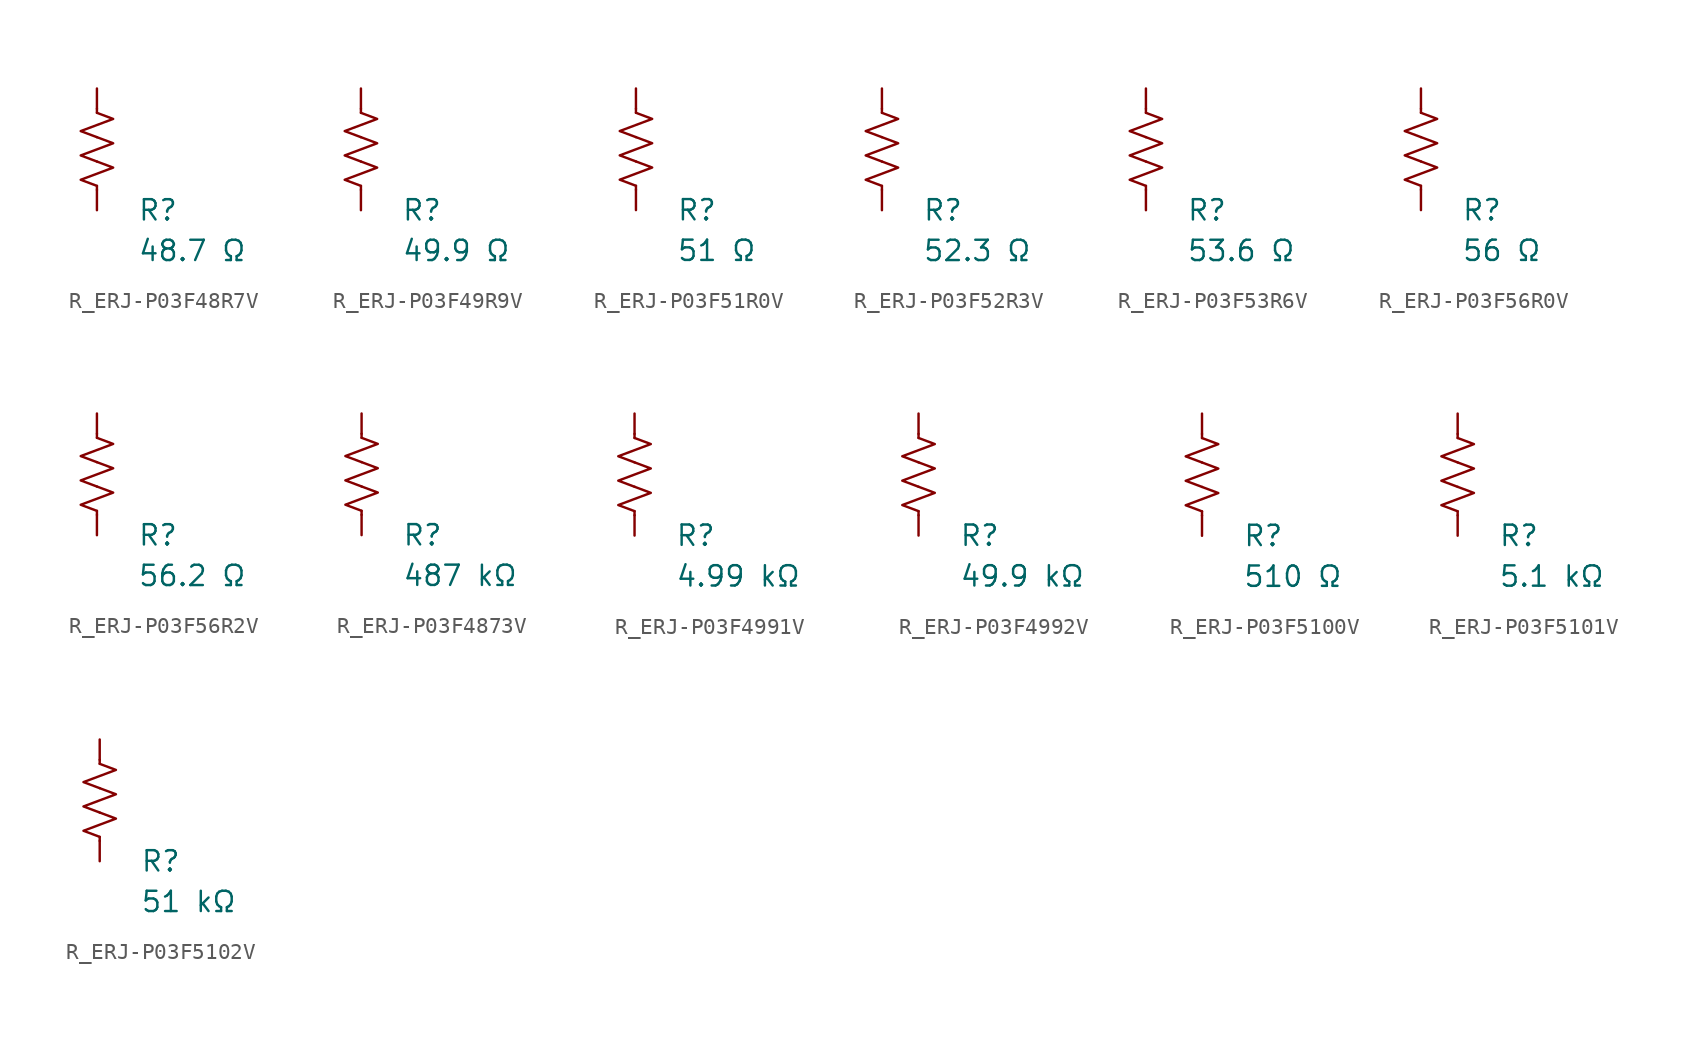
<source format=kicad_sym>
(kicad_symbol_lib
  (version 20231120)
  (generator "kicad_symbol_editor")
  (generator_version "8.0")
  (symbol "R_ERJ-P03F48R7V"
    (pin_numbers hide)
    (pin_names
      (offset 0))
    (property "Reference" "R"
      (at 2.54 -3.81 0)
      (effects (font (size 1.27 1.27)) (justify left))
      (show_name no))
    (property "Value" "48.7 Ω"
      (at 2.54 -6.35 0)
      (effects (font (size 1.27 1.27)) (justify left))
      (show_name no))
    (symbol "R_ERJ-P03F48R7V_0_1"
      (polyline (pts (xy 0 -2.286) (xy 0 -2.54)) (stroke (width 0) (type default)) (fill (type none)))
      (polyline (pts (xy 0 2.286) (xy 0 2.54)) (stroke (width 0) (type default)) (fill (type none)))
      (polyline (pts (xy 0 -0.762) (xy 1.016 -1.143) (xy 0 -1.524) (xy -1.016 -1.905) (xy 0 -2.286)) (stroke (width 0) (type default)) (fill (type none)))
      (polyline (pts (xy 0 0.762) (xy 1.016 0.381) (xy 0 0) (xy -1.016 -0.381) (xy 0 -0.762)) (stroke (width 0) (type default)) (fill (type none)))
      (polyline (pts (xy 0 2.286) (xy 1.016 1.905) (xy 0 1.524) (xy -1.016 1.143) (xy 0 0.762)) (stroke (width 0) (type default)) (fill (type none))))
    (symbol "R_ERJ-P03F48R7V_1_1"
      (pin passive line (at 0 3.81 270) (length 1.27) (name "~" (effects (font (size 1.27 1.27)))) (number "1" (effects (font (size 1.27 1.27)))))
      (pin passive line (at 0 -3.81 90) (length 1.27) (name "~" (effects (font (size 1.27 1.27)))) (number "2" (effects (font (size 1.27 1.27)))))))
  (symbol "R_ERJ-P03F49R9V"
    (pin_numbers hide)
    (pin_names
      (offset 0))
    (property "Reference" "R"
      (at 2.54 -3.81 0)
      (effects (font (size 1.27 1.27)) (justify left))
      (show_name no))
    (property "Value" "49.9 Ω"
      (at 2.54 -6.35 0)
      (effects (font (size 1.27 1.27)) (justify left))
      (show_name no))
    (symbol "R_ERJ-P03F49R9V_0_1"
      (polyline (pts (xy 0 -2.286) (xy 0 -2.54)) (stroke (width 0) (type default)) (fill (type none)))
      (polyline (pts (xy 0 2.286) (xy 0 2.54)) (stroke (width 0) (type default)) (fill (type none)))
      (polyline (pts (xy 0 -0.762) (xy 1.016 -1.143) (xy 0 -1.524) (xy -1.016 -1.905) (xy 0 -2.286)) (stroke (width 0) (type default)) (fill (type none)))
      (polyline (pts (xy 0 0.762) (xy 1.016 0.381) (xy 0 0) (xy -1.016 -0.381) (xy 0 -0.762)) (stroke (width 0) (type default)) (fill (type none)))
      (polyline (pts (xy 0 2.286) (xy 1.016 1.905) (xy 0 1.524) (xy -1.016 1.143) (xy 0 0.762)) (stroke (width 0) (type default)) (fill (type none))))
    (symbol "R_ERJ-P03F49R9V_1_1"
      (pin passive line (at 0 3.81 270) (length 1.27) (name "~" (effects (font (size 1.27 1.27)))) (number "1" (effects (font (size 1.27 1.27)))))
      (pin passive line (at 0 -3.81 90) (length 1.27) (name "~" (effects (font (size 1.27 1.27)))) (number "2" (effects (font (size 1.27 1.27)))))))
  (symbol "R_ERJ-P03F51R0V"
    (pin_numbers hide)
    (pin_names
      (offset 0))
    (property "Reference" "R"
      (at 2.54 -3.81 0)
      (effects (font (size 1.27 1.27)) (justify left))
      (show_name no))
    (property "Value" "51 Ω"
      (at 2.54 -6.35 0)
      (effects (font (size 1.27 1.27)) (justify left))
      (show_name no))
    (symbol "R_ERJ-P03F51R0V_0_1"
      (polyline (pts (xy 0 -2.286) (xy 0 -2.54)) (stroke (width 0) (type default)) (fill (type none)))
      (polyline (pts (xy 0 2.286) (xy 0 2.54)) (stroke (width 0) (type default)) (fill (type none)))
      (polyline (pts (xy 0 -0.762) (xy 1.016 -1.143) (xy 0 -1.524) (xy -1.016 -1.905) (xy 0 -2.286)) (stroke (width 0) (type default)) (fill (type none)))
      (polyline (pts (xy 0 0.762) (xy 1.016 0.381) (xy 0 0) (xy -1.016 -0.381) (xy 0 -0.762)) (stroke (width 0) (type default)) (fill (type none)))
      (polyline (pts (xy 0 2.286) (xy 1.016 1.905) (xy 0 1.524) (xy -1.016 1.143) (xy 0 0.762)) (stroke (width 0) (type default)) (fill (type none))))
    (symbol "R_ERJ-P03F51R0V_1_1"
      (pin passive line (at 0 3.81 270) (length 1.27) (name "~" (effects (font (size 1.27 1.27)))) (number "1" (effects (font (size 1.27 1.27)))))
      (pin passive line (at 0 -3.81 90) (length 1.27) (name "~" (effects (font (size 1.27 1.27)))) (number "2" (effects (font (size 1.27 1.27)))))))
  (symbol "R_ERJ-P03F52R3V"
    (pin_numbers hide)
    (pin_names
      (offset 0))
    (property "Reference" "R"
      (at 2.54 -3.81 0)
      (effects (font (size 1.27 1.27)) (justify left))
      (show_name no))
    (property "Value" "52.3 Ω"
      (at 2.54 -6.35 0)
      (effects (font (size 1.27 1.27)) (justify left))
      (show_name no))
    (symbol "R_ERJ-P03F52R3V_0_1"
      (polyline (pts (xy 0 -2.286) (xy 0 -2.54)) (stroke (width 0) (type default)) (fill (type none)))
      (polyline (pts (xy 0 2.286) (xy 0 2.54)) (stroke (width 0) (type default)) (fill (type none)))
      (polyline (pts (xy 0 -0.762) (xy 1.016 -1.143) (xy 0 -1.524) (xy -1.016 -1.905) (xy 0 -2.286)) (stroke (width 0) (type default)) (fill (type none)))
      (polyline (pts (xy 0 0.762) (xy 1.016 0.381) (xy 0 0) (xy -1.016 -0.381) (xy 0 -0.762)) (stroke (width 0) (type default)) (fill (type none)))
      (polyline (pts (xy 0 2.286) (xy 1.016 1.905) (xy 0 1.524) (xy -1.016 1.143) (xy 0 0.762)) (stroke (width 0) (type default)) (fill (type none))))
    (symbol "R_ERJ-P03F52R3V_1_1"
      (pin passive line (at 0 3.81 270) (length 1.27) (name "~" (effects (font (size 1.27 1.27)))) (number "1" (effects (font (size 1.27 1.27)))))
      (pin passive line (at 0 -3.81 90) (length 1.27) (name "~" (effects (font (size 1.27 1.27)))) (number "2" (effects (font (size 1.27 1.27)))))))
  (symbol "R_ERJ-P03F53R6V"
    (pin_numbers hide)
    (pin_names
      (offset 0))
    (property "Reference" "R"
      (at 2.54 -3.81 0)
      (effects (font (size 1.27 1.27)) (justify left))
      (show_name no))
    (property "Value" "53.6 Ω"
      (at 2.54 -6.35 0)
      (effects (font (size 1.27 1.27)) (justify left))
      (show_name no))
    (symbol "R_ERJ-P03F53R6V_0_1"
      (polyline (pts (xy 0 -2.286) (xy 0 -2.54)) (stroke (width 0) (type default)) (fill (type none)))
      (polyline (pts (xy 0 2.286) (xy 0 2.54)) (stroke (width 0) (type default)) (fill (type none)))
      (polyline (pts (xy 0 -0.762) (xy 1.016 -1.143) (xy 0 -1.524) (xy -1.016 -1.905) (xy 0 -2.286)) (stroke (width 0) (type default)) (fill (type none)))
      (polyline (pts (xy 0 0.762) (xy 1.016 0.381) (xy 0 0) (xy -1.016 -0.381) (xy 0 -0.762)) (stroke (width 0) (type default)) (fill (type none)))
      (polyline (pts (xy 0 2.286) (xy 1.016 1.905) (xy 0 1.524) (xy -1.016 1.143) (xy 0 0.762)) (stroke (width 0) (type default)) (fill (type none))))
    (symbol "R_ERJ-P03F53R6V_1_1"
      (pin passive line (at 0 3.81 270) (length 1.27) (name "~" (effects (font (size 1.27 1.27)))) (number "1" (effects (font (size 1.27 1.27)))))
      (pin passive line (at 0 -3.81 90) (length 1.27) (name "~" (effects (font (size 1.27 1.27)))) (number "2" (effects (font (size 1.27 1.27)))))))
  (symbol "R_ERJ-P03F56R0V"
    (pin_numbers hide)
    (pin_names
      (offset 0))
    (property "Reference" "R"
      (at 2.54 -3.81 0)
      (effects (font (size 1.27 1.27)) (justify left))
      (show_name no))
    (property "Value" "56 Ω"
      (at 2.54 -6.35 0)
      (effects (font (size 1.27 1.27)) (justify left))
      (show_name no))
    (symbol "R_ERJ-P03F56R0V_0_1"
      (polyline (pts (xy 0 -2.286) (xy 0 -2.54)) (stroke (width 0) (type default)) (fill (type none)))
      (polyline (pts (xy 0 2.286) (xy 0 2.54)) (stroke (width 0) (type default)) (fill (type none)))
      (polyline (pts (xy 0 -0.762) (xy 1.016 -1.143) (xy 0 -1.524) (xy -1.016 -1.905) (xy 0 -2.286)) (stroke (width 0) (type default)) (fill (type none)))
      (polyline (pts (xy 0 0.762) (xy 1.016 0.381) (xy 0 0) (xy -1.016 -0.381) (xy 0 -0.762)) (stroke (width 0) (type default)) (fill (type none)))
      (polyline (pts (xy 0 2.286) (xy 1.016 1.905) (xy 0 1.524) (xy -1.016 1.143) (xy 0 0.762)) (stroke (width 0) (type default)) (fill (type none))))
    (symbol "R_ERJ-P03F56R0V_1_1"
      (pin passive line (at 0 3.81 270) (length 1.27) (name "~" (effects (font (size 1.27 1.27)))) (number "1" (effects (font (size 1.27 1.27)))))
      (pin passive line (at 0 -3.81 90) (length 1.27) (name "~" (effects (font (size 1.27 1.27)))) (number "2" (effects (font (size 1.27 1.27)))))))
  (symbol "R_ERJ-P03F56R2V"
    (pin_numbers hide)
    (pin_names
      (offset 0))
    (property "Reference" "R"
      (at 2.54 -3.81 0)
      (effects (font (size 1.27 1.27)) (justify left))
      (show_name no))
    (property "Value" "56.2 Ω"
      (at 2.54 -6.35 0)
      (effects (font (size 1.27 1.27)) (justify left))
      (show_name no))
    (symbol "R_ERJ-P03F56R2V_0_1"
      (polyline (pts (xy 0 -2.286) (xy 0 -2.54)) (stroke (width 0) (type default)) (fill (type none)))
      (polyline (pts (xy 0 2.286) (xy 0 2.54)) (stroke (width 0) (type default)) (fill (type none)))
      (polyline (pts (xy 0 -0.762) (xy 1.016 -1.143) (xy 0 -1.524) (xy -1.016 -1.905) (xy 0 -2.286)) (stroke (width 0) (type default)) (fill (type none)))
      (polyline (pts (xy 0 0.762) (xy 1.016 0.381) (xy 0 0) (xy -1.016 -0.381) (xy 0 -0.762)) (stroke (width 0) (type default)) (fill (type none)))
      (polyline (pts (xy 0 2.286) (xy 1.016 1.905) (xy 0 1.524) (xy -1.016 1.143) (xy 0 0.762)) (stroke (width 0) (type default)) (fill (type none))))
    (symbol "R_ERJ-P03F56R2V_1_1"
      (pin passive line (at 0 3.81 270) (length 1.27) (name "~" (effects (font (size 1.27 1.27)))) (number "1" (effects (font (size 1.27 1.27)))))
      (pin passive line (at 0 -3.81 90) (length 1.27) (name "~" (effects (font (size 1.27 1.27)))) (number "2" (effects (font (size 1.27 1.27)))))))
  (symbol "R_ERJ-P03F4873V"
    (pin_numbers hide)
    (pin_names
      (offset 0))
    (property "Reference" "R"
      (at 2.54 -3.81 0)
      (effects (font (size 1.27 1.27)) (justify left))
      (show_name no))
    (property "Value" "487 kΩ"
      (at 2.54 -6.35 0)
      (effects (font (size 1.27 1.27)) (justify left))
      (show_name no))
    (symbol "R_ERJ-P03F4873V_0_1"
      (polyline (pts (xy 0 -2.286) (xy 0 -2.54)) (stroke (width 0) (type default)) (fill (type none)))
      (polyline (pts (xy 0 2.286) (xy 0 2.54)) (stroke (width 0) (type default)) (fill (type none)))
      (polyline (pts (xy 0 -0.762) (xy 1.016 -1.143) (xy 0 -1.524) (xy -1.016 -1.905) (xy 0 -2.286)) (stroke (width 0) (type default)) (fill (type none)))
      (polyline (pts (xy 0 0.762) (xy 1.016 0.381) (xy 0 0) (xy -1.016 -0.381) (xy 0 -0.762)) (stroke (width 0) (type default)) (fill (type none)))
      (polyline (pts (xy 0 2.286) (xy 1.016 1.905) (xy 0 1.524) (xy -1.016 1.143) (xy 0 0.762)) (stroke (width 0) (type default)) (fill (type none))))
    (symbol "R_ERJ-P03F4873V_1_1"
      (pin passive line (at 0 3.81 270) (length 1.27) (name "~" (effects (font (size 1.27 1.27)))) (number "1" (effects (font (size 1.27 1.27)))))
      (pin passive line (at 0 -3.81 90) (length 1.27) (name "~" (effects (font (size 1.27 1.27)))) (number "2" (effects (font (size 1.27 1.27)))))))
  (symbol "R_ERJ-P03F4991V"
    (pin_numbers hide)
    (pin_names
      (offset 0))
    (property "Reference" "R"
      (at 2.54 -3.81 0)
      (effects (font (size 1.27 1.27)) (justify left))
      (show_name no))
    (property "Value" "4.99 kΩ"
      (at 2.54 -6.35 0)
      (effects (font (size 1.27 1.27)) (justify left))
      (show_name no))
    (symbol "R_ERJ-P03F4991V_0_1"
      (polyline (pts (xy 0 -2.286) (xy 0 -2.54)) (stroke (width 0) (type default)) (fill (type none)))
      (polyline (pts (xy 0 2.286) (xy 0 2.54)) (stroke (width 0) (type default)) (fill (type none)))
      (polyline (pts (xy 0 -0.762) (xy 1.016 -1.143) (xy 0 -1.524) (xy -1.016 -1.905) (xy 0 -2.286)) (stroke (width 0) (type default)) (fill (type none)))
      (polyline (pts (xy 0 0.762) (xy 1.016 0.381) (xy 0 0) (xy -1.016 -0.381) (xy 0 -0.762)) (stroke (width 0) (type default)) (fill (type none)))
      (polyline (pts (xy 0 2.286) (xy 1.016 1.905) (xy 0 1.524) (xy -1.016 1.143) (xy 0 0.762)) (stroke (width 0) (type default)) (fill (type none))))
    (symbol "R_ERJ-P03F4991V_1_1"
      (pin passive line (at 0 3.81 270) (length 1.27) (name "~" (effects (font (size 1.27 1.27)))) (number "1" (effects (font (size 1.27 1.27)))))
      (pin passive line (at 0 -3.81 90) (length 1.27) (name "~" (effects (font (size 1.27 1.27)))) (number "2" (effects (font (size 1.27 1.27)))))))
  (symbol "R_ERJ-P03F4992V"
    (pin_numbers hide)
    (pin_names
      (offset 0))
    (property "Reference" "R"
      (at 2.54 -3.81 0)
      (effects (font (size 1.27 1.27)) (justify left))
      (show_name no))
    (property "Value" "49.9 kΩ"
      (at 2.54 -6.35 0)
      (effects (font (size 1.27 1.27)) (justify left))
      (show_name no))
    (symbol "R_ERJ-P03F4992V_0_1"
      (polyline (pts (xy 0 -2.286) (xy 0 -2.54)) (stroke (width 0) (type default)) (fill (type none)))
      (polyline (pts (xy 0 2.286) (xy 0 2.54)) (stroke (width 0) (type default)) (fill (type none)))
      (polyline (pts (xy 0 -0.762) (xy 1.016 -1.143) (xy 0 -1.524) (xy -1.016 -1.905) (xy 0 -2.286)) (stroke (width 0) (type default)) (fill (type none)))
      (polyline (pts (xy 0 0.762) (xy 1.016 0.381) (xy 0 0) (xy -1.016 -0.381) (xy 0 -0.762)) (stroke (width 0) (type default)) (fill (type none)))
      (polyline (pts (xy 0 2.286) (xy 1.016 1.905) (xy 0 1.524) (xy -1.016 1.143) (xy 0 0.762)) (stroke (width 0) (type default)) (fill (type none))))
    (symbol "R_ERJ-P03F4992V_1_1"
      (pin passive line (at 0 3.81 270) (length 1.27) (name "~" (effects (font (size 1.27 1.27)))) (number "1" (effects (font (size 1.27 1.27)))))
      (pin passive line (at 0 -3.81 90) (length 1.27) (name "~" (effects (font (size 1.27 1.27)))) (number "2" (effects (font (size 1.27 1.27)))))))
  (symbol "R_ERJ-P03F5100V"
    (pin_numbers hide)
    (pin_names
      (offset 0))
    (property "Reference" "R"
      (at 2.54 -3.81 0)
      (effects (font (size 1.27 1.27)) (justify left))
      (show_name no))
    (property "Value" "510 Ω"
      (at 2.54 -6.35 0)
      (effects (font (size 1.27 1.27)) (justify left))
      (show_name no))
    (symbol "R_ERJ-P03F5100V_0_1"
      (polyline (pts (xy 0 -2.286) (xy 0 -2.54)) (stroke (width 0) (type default)) (fill (type none)))
      (polyline (pts (xy 0 2.286) (xy 0 2.54)) (stroke (width 0) (type default)) (fill (type none)))
      (polyline (pts (xy 0 -0.762) (xy 1.016 -1.143) (xy 0 -1.524) (xy -1.016 -1.905) (xy 0 -2.286)) (stroke (width 0) (type default)) (fill (type none)))
      (polyline (pts (xy 0 0.762) (xy 1.016 0.381) (xy 0 0) (xy -1.016 -0.381) (xy 0 -0.762)) (stroke (width 0) (type default)) (fill (type none)))
      (polyline (pts (xy 0 2.286) (xy 1.016 1.905) (xy 0 1.524) (xy -1.016 1.143) (xy 0 0.762)) (stroke (width 0) (type default)) (fill (type none))))
    (symbol "R_ERJ-P03F5100V_1_1"
      (pin passive line (at 0 3.81 270) (length 1.27) (name "~" (effects (font (size 1.27 1.27)))) (number "1" (effects (font (size 1.27 1.27)))))
      (pin passive line (at 0 -3.81 90) (length 1.27) (name "~" (effects (font (size 1.27 1.27)))) (number "2" (effects (font (size 1.27 1.27)))))))
  (symbol "R_ERJ-P03F5101V"
    (pin_numbers hide)
    (pin_names
      (offset 0))
    (property "Reference" "R"
      (at 2.54 -3.81 0)
      (effects (font (size 1.27 1.27)) (justify left))
      (show_name no))
    (property "Value" "5.1 kΩ"
      (at 2.54 -6.35 0)
      (effects (font (size 1.27 1.27)) (justify left))
      (show_name no))
    (symbol "R_ERJ-P03F5101V_0_1"
      (polyline (pts (xy 0 -2.286) (xy 0 -2.54)) (stroke (width 0) (type default)) (fill (type none)))
      (polyline (pts (xy 0 2.286) (xy 0 2.54)) (stroke (width 0) (type default)) (fill (type none)))
      (polyline (pts (xy 0 -0.762) (xy 1.016 -1.143) (xy 0 -1.524) (xy -1.016 -1.905) (xy 0 -2.286)) (stroke (width 0) (type default)) (fill (type none)))
      (polyline (pts (xy 0 0.762) (xy 1.016 0.381) (xy 0 0) (xy -1.016 -0.381) (xy 0 -0.762)) (stroke (width 0) (type default)) (fill (type none)))
      (polyline (pts (xy 0 2.286) (xy 1.016 1.905) (xy 0 1.524) (xy -1.016 1.143) (xy 0 0.762)) (stroke (width 0) (type default)) (fill (type none))))
    (symbol "R_ERJ-P03F5101V_1_1"
      (pin passive line (at 0 3.81 270) (length 1.27) (name "~" (effects (font (size 1.27 1.27)))) (number "1" (effects (font (size 1.27 1.27)))))
      (pin passive line (at 0 -3.81 90) (length 1.27) (name "~" (effects (font (size 1.27 1.27)))) (number "2" (effects (font (size 1.27 1.27)))))))
  (symbol "R_ERJ-P03F5102V"
    (pin_numbers hide)
    (pin_names
      (offset 0))
    (property "Reference" "R"
      (at 2.54 -3.81 0)
      (effects (font (size 1.27 1.27)) (justify left))
      (show_name no))
    (property "Value" "51 kΩ"
      (at 2.54 -6.35 0)
      (effects (font (size 1.27 1.27)) (justify left))
      (show_name no))
    (symbol "R_ERJ-P03F5102V_0_1"
      (polyline (pts (xy 0 -2.286) (xy 0 -2.54)) (stroke (width 0) (type default)) (fill (type none)))
      (polyline (pts (xy 0 2.286) (xy 0 2.54)) (stroke (width 0) (type default)) (fill (type none)))
      (polyline (pts (xy 0 -0.762) (xy 1.016 -1.143) (xy 0 -1.524) (xy -1.016 -1.905) (xy 0 -2.286)) (stroke (width 0) (type default)) (fill (type none)))
      (polyline (pts (xy 0 0.762) (xy 1.016 0.381) (xy 0 0) (xy -1.016 -0.381) (xy 0 -0.762)) (stroke (width 0) (type default)) (fill (type none)))
      (polyline (pts (xy 0 2.286) (xy 1.016 1.905) (xy 0 1.524) (xy -1.016 1.143) (xy 0 0.762)) (stroke (width 0) (type default)) (fill (type none))))
    (symbol "R_ERJ-P03F5102V_1_1"
      (pin passive line (at 0 3.81 270) (length 1.27) (name "~" (effects (font (size 1.27 1.27)))) (number "1" (effects (font (size 1.27 1.27)))))
      (pin passive line (at 0 -3.81 90) (length 1.27) (name "~" (effects (font (size 1.27 1.27)))) (number "2" (effects (font (size 1.27 1.27))))))))
</source>
